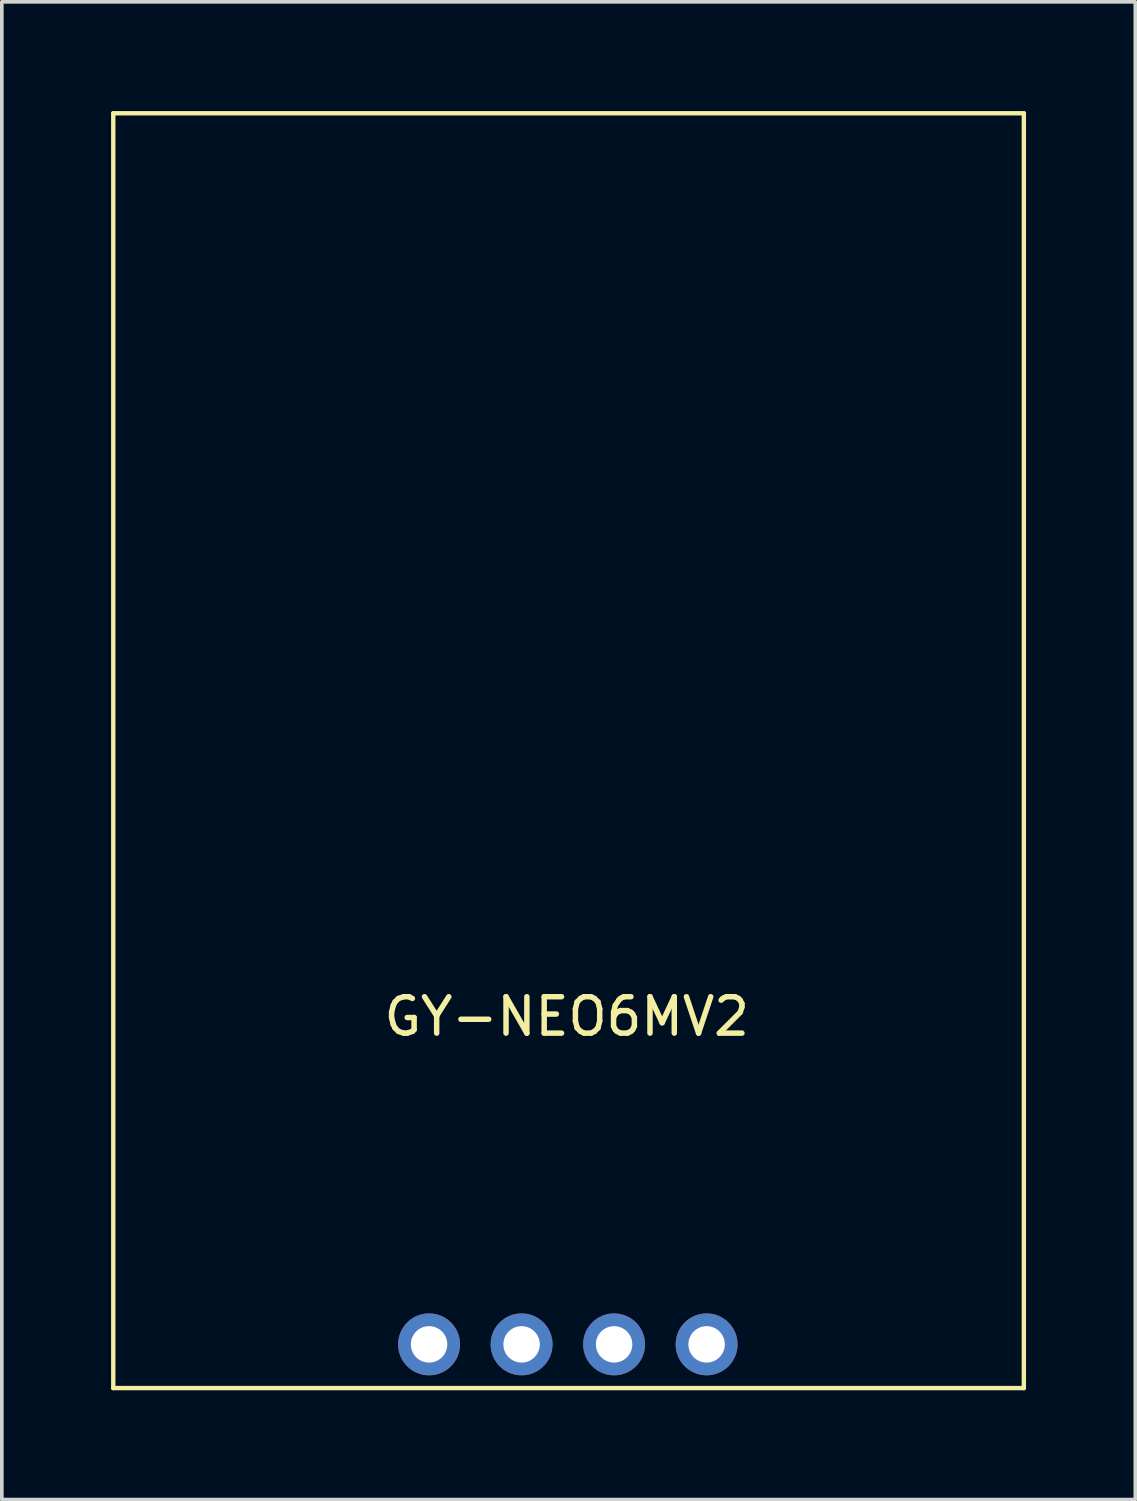
<source format=kicad_pcb>
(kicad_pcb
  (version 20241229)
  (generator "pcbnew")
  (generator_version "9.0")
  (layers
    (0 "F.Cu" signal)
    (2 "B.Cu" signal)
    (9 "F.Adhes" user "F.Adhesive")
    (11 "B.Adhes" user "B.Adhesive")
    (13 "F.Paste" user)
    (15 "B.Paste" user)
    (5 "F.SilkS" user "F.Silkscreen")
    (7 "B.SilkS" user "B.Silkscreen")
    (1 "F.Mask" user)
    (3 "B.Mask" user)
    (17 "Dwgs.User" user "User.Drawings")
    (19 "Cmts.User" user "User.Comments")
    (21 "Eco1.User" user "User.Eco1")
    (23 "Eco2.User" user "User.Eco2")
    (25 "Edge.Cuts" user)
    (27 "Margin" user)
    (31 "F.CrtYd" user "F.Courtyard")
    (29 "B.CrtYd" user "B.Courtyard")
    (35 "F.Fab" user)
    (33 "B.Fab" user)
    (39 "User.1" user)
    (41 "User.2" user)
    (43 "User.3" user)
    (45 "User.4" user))
  (footprint "GY-NEO6MV2"
    (layer "F.Cu")
    (at 12.56 33.86)
    (property "Reference" "GY-NEO6MV2" (at -0.05 -9 0) (layer "F.SilkS") (effects (font (size 1 1) (thickness 0.15))))
    (attr through_hole)
    (fp_line (start -12.5 -33.8) (end -12.5 1.2) (stroke (width 0.12) (type solid)) (layer "F.SilkS"))
    (fp_line (start -12.5 1.2) (end 12.5 1.2) (stroke (width 0.12) (type solid)) (layer "F.SilkS"))
    (fp_line (start 12.5 -33.8) (end -12.5 -33.8) (stroke (width 0.12) (type solid)) (layer "F.SilkS"))
    (fp_line (start 12.5 1.2) (end 12.5 -33.8) (stroke (width 0.12) (type solid)) (layer "F.SilkS"))
    (pad "1" thru_hole circle (at -3.83 0) (size 1.7 1.7) (drill 1) (layers "*.Cu" "*.Mask"))
    (pad "2" thru_hole circle (at -1.29 0) (size 1.7 1.7) (drill 1) (layers "*.Cu" "*.Mask"))
    (pad "3" thru_hole circle (at 1.25 0) (size 1.7 1.7) (drill 1) (layers "*.Cu" "*.Mask"))
    (pad "4" thru_hole circle (at 3.79 0) (size 1.7 1.7) (drill 1) (layers "*.Cu" "*.Mask")))
  (gr_rect
    (start -3 -3)
    (end 28.12 38.12)
    (stroke (width 0.1) (type default))
    (fill no)
    (layer "Edge.Cuts")))
</source>
